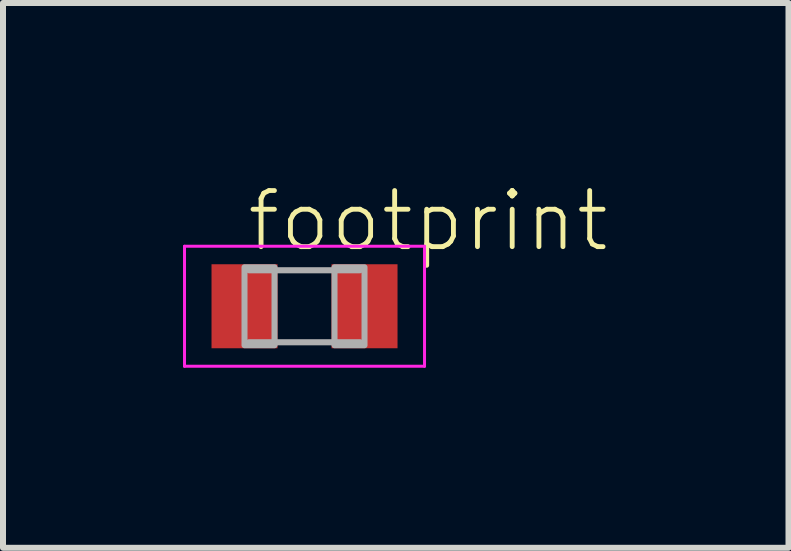
<source format=kicad_pcb>
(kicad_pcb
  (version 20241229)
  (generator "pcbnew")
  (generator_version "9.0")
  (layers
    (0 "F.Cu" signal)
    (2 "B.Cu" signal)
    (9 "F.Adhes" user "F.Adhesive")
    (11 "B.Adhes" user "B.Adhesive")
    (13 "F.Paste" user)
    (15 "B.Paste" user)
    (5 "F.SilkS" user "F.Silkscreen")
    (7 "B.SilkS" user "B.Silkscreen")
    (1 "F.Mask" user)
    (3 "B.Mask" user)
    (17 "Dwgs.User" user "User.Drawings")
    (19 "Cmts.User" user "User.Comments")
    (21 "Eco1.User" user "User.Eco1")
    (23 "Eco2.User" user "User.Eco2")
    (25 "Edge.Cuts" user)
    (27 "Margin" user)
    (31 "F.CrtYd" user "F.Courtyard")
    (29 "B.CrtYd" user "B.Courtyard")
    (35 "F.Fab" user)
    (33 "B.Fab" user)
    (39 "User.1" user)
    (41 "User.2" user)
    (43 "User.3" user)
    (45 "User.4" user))
  (footprint "footprint"
    (layer "F.Cu")
    (at 2.025 2.054)
    (property "Reference" "footprint" (at -1 -0.875 0) (layer "F.SilkS") (effects (font (size 0.935 0.935) (thickness 0.081)) (justify left bottom)))
    (fp_line (start -2 -1) (end 2 -1) (stroke (width 0.05) (type solid)) (layer "F.CrtYd"))
    (fp_line (start -2 1) (end -2 -1) (stroke (width 0.05) (type solid)) (layer "F.CrtYd"))
    (fp_line (start 2 -1) (end 2 1) (stroke (width 0.05) (type solid)) (layer "F.CrtYd"))
    (fp_line (start 2 1) (end -2 1) (stroke (width 0.05) (type solid)) (layer "F.CrtYd"))
    (fp_line (start -0.925 -0.6) (end 0.925 -0.6) (stroke (width 0.102) (type solid)) (layer "F.Fab"))
    (fp_line (start 0.925 0.6) (end -0.925 0.6) (stroke (width 0.102) (type solid)) (layer "F.Fab"))
    (fp_poly (pts (xy -1 0.65) (xy -0.5 0.65) (xy -0.5 -0.65) (xy -1 -0.65)) (stroke (width 0.1) (type solid)) (fill no) (layer "F.Fab"))
    (fp_poly (pts (xy 0.5 0.65) (xy 1 0.65) (xy 1 -0.65) (xy 0.5 -0.65)) (stroke (width 0.1) (type solid)) (fill no) (layer "F.Fab"))
    (pad "1" smd rect (at -1 0) (size 1.1 1.4) (layers "F.Cu" "F.Mask" "F.Paste"))
    (pad "2" smd rect (at 1 0) (size 1.1 1.4) (layers "F.Cu" "F.Mask" "F.Paste")))
  (gr_rect
    (start -3 -3)
    (end 10.091 6.079)
    (stroke (width 0.1) (type default))
    (fill no)
    (layer "Edge.Cuts")))
</source>
